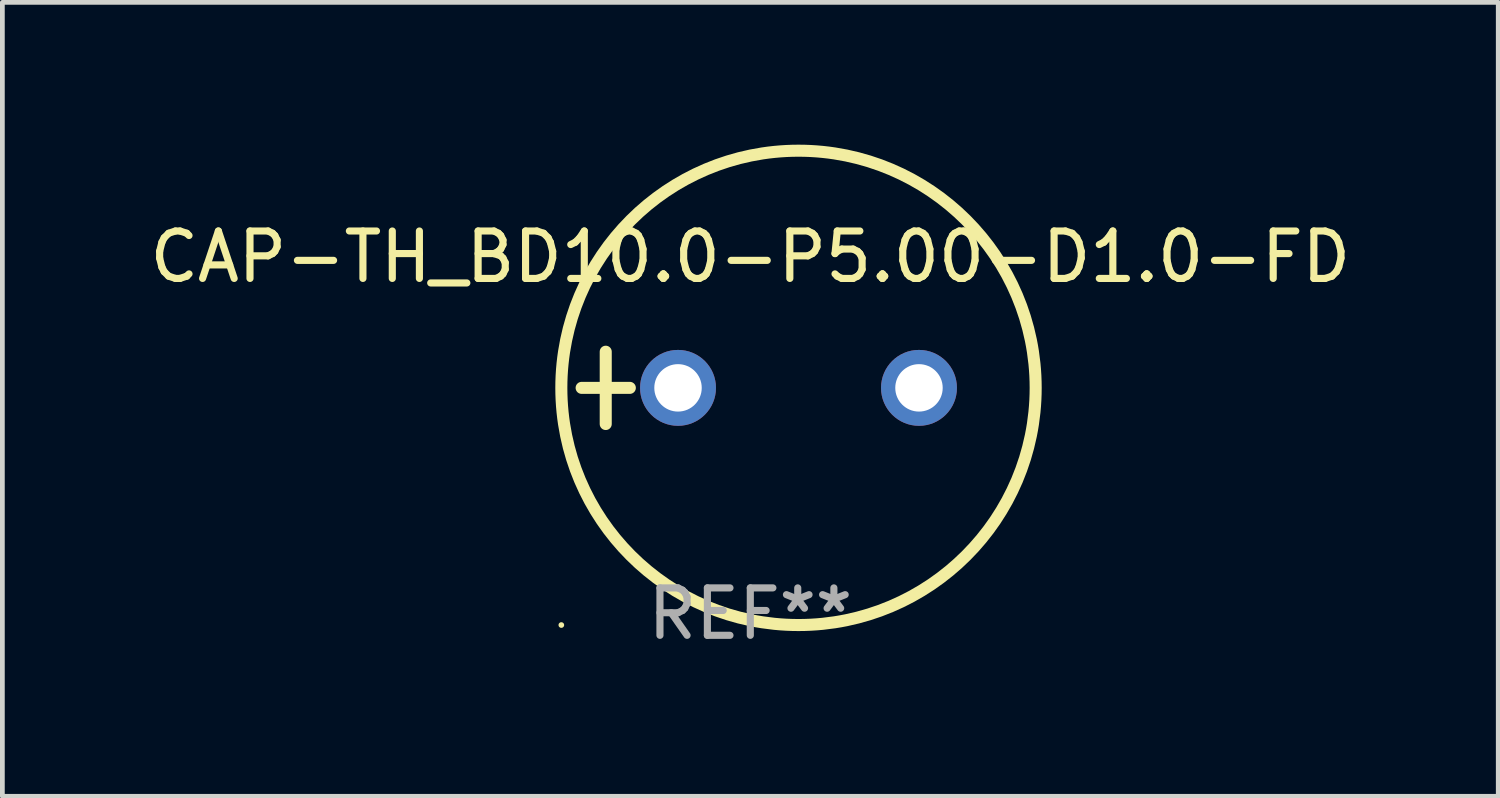
<source format=kicad_pcb>
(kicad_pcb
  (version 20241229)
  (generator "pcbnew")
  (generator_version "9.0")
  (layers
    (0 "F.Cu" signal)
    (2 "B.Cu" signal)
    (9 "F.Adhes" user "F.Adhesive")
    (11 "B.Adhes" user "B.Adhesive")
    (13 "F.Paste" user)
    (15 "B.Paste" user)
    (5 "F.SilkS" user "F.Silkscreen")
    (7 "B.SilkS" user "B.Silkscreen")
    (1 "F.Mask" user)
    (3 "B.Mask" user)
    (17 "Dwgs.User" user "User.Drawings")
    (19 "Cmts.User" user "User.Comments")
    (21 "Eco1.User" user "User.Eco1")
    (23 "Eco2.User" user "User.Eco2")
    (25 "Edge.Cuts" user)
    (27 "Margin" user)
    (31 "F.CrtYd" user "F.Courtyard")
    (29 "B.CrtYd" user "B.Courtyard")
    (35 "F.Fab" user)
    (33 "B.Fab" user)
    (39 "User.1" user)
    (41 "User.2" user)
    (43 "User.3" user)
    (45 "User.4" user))
  (footprint "CAP-TH_BD10.0-P5.00-D1.0-FD"
    (layer "F.Cu")
    (at 12.768 5.127)
    (property "Reference" "CAP-TH_BD10.0-P5.00-D1.0-FD" (at 0 -2.762 0) (layer "F.SilkS") (effects (font (size 1 1) (thickness 0.15))))
    (attr through_hole)
    (fp_line (start -3.556 0) (end -2.54 0) (stroke (width 0.254) (type solid)) (layer "F.SilkS"))
    (fp_line (start -3.048 -0.762) (end -3.048 0.762) (stroke (width 0.254) (type solid)) (layer "F.SilkS"))
    (fp_circle (center -3.984 5) (end -3.954 5) (stroke (width 0.06) (type solid)) (fill no) (layer "F.SilkS"))
    (fp_circle (center 1.016 0) (end 6.016 0) (stroke (width 0.254) (type solid)) (fill no) (layer "F.SilkS"))
    (fp_text user "REF**" (at 0 4.762 0) (layer "F.Fab") (effects (font (size 1 1) (thickness 0.15))))
    (pad "1" thru_hole circle (at -1.524 0) (size 1.6 1.6) (drill 1) (layers "*.Cu" "*.Mask"))
    (pad "2" thru_hole circle (at 3.556 0) (size 1.6 1.6) (drill 1) (layers "*.Cu" "*.Mask")))
  (gr_rect
    (start -3 -3)
    (end 28.536 13.737)
    (stroke (width 0.1) (type default))
    (fill no)
    (layer "Edge.Cuts")))
</source>
